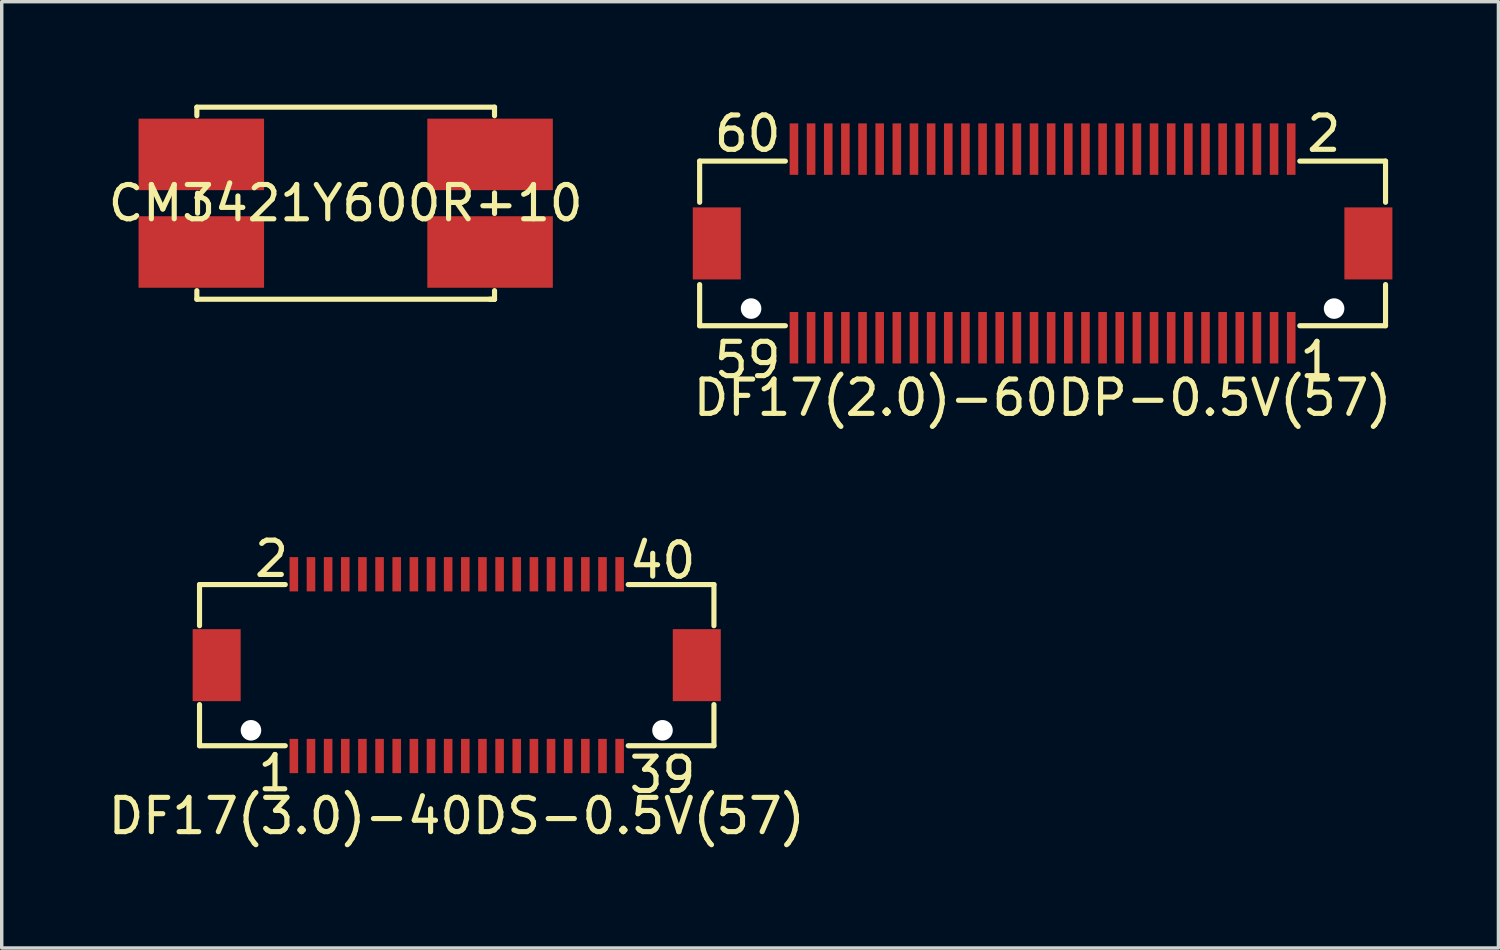
<source format=kicad_pcb>
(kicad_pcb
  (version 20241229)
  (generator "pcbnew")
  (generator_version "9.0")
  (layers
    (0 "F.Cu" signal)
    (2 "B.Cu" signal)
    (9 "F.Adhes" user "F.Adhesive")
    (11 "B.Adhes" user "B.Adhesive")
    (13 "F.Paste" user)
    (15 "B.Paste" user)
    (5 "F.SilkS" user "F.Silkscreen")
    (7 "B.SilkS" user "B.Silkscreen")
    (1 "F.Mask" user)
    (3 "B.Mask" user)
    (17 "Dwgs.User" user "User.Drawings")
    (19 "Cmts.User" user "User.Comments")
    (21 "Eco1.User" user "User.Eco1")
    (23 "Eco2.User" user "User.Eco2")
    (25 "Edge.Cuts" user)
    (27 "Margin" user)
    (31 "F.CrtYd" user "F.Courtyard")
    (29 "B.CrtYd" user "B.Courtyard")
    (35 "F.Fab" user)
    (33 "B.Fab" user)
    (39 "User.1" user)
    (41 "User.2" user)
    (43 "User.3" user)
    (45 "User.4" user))
  (footprint "DF17(2.0)-60DP-0.5V(57)"
    (layer "F.Cu")
    (at 27.351 4.048)
    (property "Reference" "DF17(2.0)-60DP-0.5V(57)" (at 0 4.5 0) (layer "F.SilkS") (effects (font (size 1 1) (thickness 0.15))))
    (attr through_hole)
    (fp_line (start -10 -2.4) (end -10 -1.2) (stroke (width 0.15) (type solid)) (layer "F.SilkS"))
    (fp_line (start -10 1.2) (end -10 2.4) (stroke (width 0.15) (type solid)) (layer "F.SilkS"))
    (fp_line (start -10 2.4) (end -7.5 2.4) (stroke (width 0.15) (type solid)) (layer "F.SilkS"))
    (fp_line (start -7.5 -2.4) (end -10 -2.4) (stroke (width 0.15) (type solid)) (layer "F.SilkS"))
    (fp_line (start 7.5 2.4) (end 10 2.4) (stroke (width 0.15) (type solid)) (layer "F.SilkS"))
    (fp_line (start 10 -2.4) (end 7.5 -2.4) (stroke (width 0.15) (type solid)) (layer "F.SilkS"))
    (fp_line (start 10 -1.2) (end 10 -2.4) (stroke (width 0.15) (type solid)) (layer "F.SilkS"))
    (fp_line (start 10 2.4) (end 10 1.2) (stroke (width 0.15) (type solid)) (layer "F.SilkS"))
    (fp_text user "1" (at 8 3.4 0) (layer "F.SilkS") (effects (font (size 1 1) (thickness 0.15))))
    (fp_text user "2" (at 8.2 -3.2 0) (layer "F.SilkS") (effects (font (size 1 1) (thickness 0.15))))
    (fp_text user "59" (at -8.6 3.4 0) (layer "F.SilkS") (effects (font (size 1 1) (thickness 0.15))))
    (fp_text user "60" (at -8.6 -3.2 0) (layer "F.SilkS") (effects (font (size 1 1) (thickness 0.15))))
    (pad "" np_thru_hole circle (at -8.5 1.9) (size 0.6 0.6) (drill 0.6) (layers "*.Cu" "*.Mask"))
    (pad "" np_thru_hole circle (at 8.5 1.9) (size 0.6 0.6) (drill 0.6) (layers "*.Cu" "*.Mask"))
    (pad "1" smd rect (at 7.25 2.75) (size 0.25 1.5) (layers "F.Cu" "F.Mask" "F.Paste"))
    (pad "2" smd rect (at 7.25 -2.75) (size 0.25 1.5) (layers "F.Cu" "F.Mask" "F.Paste"))
    (pad "3" smd rect (at 6.75 2.75) (size 0.25 1.5) (layers "F.Cu" "F.Mask" "F.Paste"))
    (pad "4" smd rect (at 6.75 -2.75) (size 0.25 1.5) (layers "F.Cu" "F.Mask" "F.Paste"))
    (pad "5" smd rect (at 6.25 2.75) (size 0.25 1.5) (layers "F.Cu" "F.Mask" "F.Paste"))
    (pad "6" smd rect (at 6.25 -2.75) (size 0.25 1.5) (layers "F.Cu" "F.Mask" "F.Paste"))
    (pad "7" smd rect (at 5.75 2.75) (size 0.25 1.5) (layers "F.Cu" "F.Mask" "F.Paste"))
    (pad "8" smd rect (at 5.75 -2.75) (size 0.25 1.5) (layers "F.Cu" "F.Mask" "F.Paste"))
    (pad "9" smd rect (at 5.25 2.75) (size 0.25 1.5) (layers "F.Cu" "F.Mask" "F.Paste"))
    (pad "10" smd rect (at 5.25 -2.75) (size 0.25 1.5) (layers "F.Cu" "F.Mask" "F.Paste"))
    (pad "11" smd rect (at 4.75 2.75) (size 0.25 1.5) (layers "F.Cu" "F.Mask" "F.Paste"))
    (pad "12" smd rect (at 4.75 -2.75) (size 0.25 1.5) (layers "F.Cu" "F.Mask" "F.Paste"))
    (pad "13" smd rect (at 4.25 2.75) (size 0.25 1.5) (layers "F.Cu" "F.Mask" "F.Paste"))
    (pad "14" smd rect (at 4.25 -2.75) (size 0.25 1.5) (layers "F.Cu" "F.Mask" "F.Paste"))
    (pad "15" smd rect (at 3.75 2.75) (size 0.25 1.5) (layers "F.Cu" "F.Mask" "F.Paste"))
    (pad "16" smd rect (at 3.75 -2.75) (size 0.25 1.5) (layers "F.Cu" "F.Mask" "F.Paste"))
    (pad "17" smd rect (at 3.25 2.75) (size 0.25 1.5) (layers "F.Cu" "F.Mask" "F.Paste"))
    (pad "18" smd rect (at 3.25 -2.75) (size 0.25 1.5) (layers "F.Cu" "F.Mask" "F.Paste"))
    (pad "19" smd rect (at 2.75 2.75) (size 0.25 1.5) (layers "F.Cu" "F.Mask" "F.Paste"))
    (pad "20" smd rect (at 2.75 -2.75) (size 0.25 1.5) (layers "F.Cu" "F.Mask" "F.Paste"))
    (pad "21" smd rect (at 2.25 2.75) (size 0.25 1.5) (layers "F.Cu" "F.Mask" "F.Paste"))
    (pad "22" smd rect (at 2.25 -2.75) (size 0.25 1.5) (layers "F.Cu" "F.Mask" "F.Paste"))
    (pad "23" smd rect (at 1.75 2.75) (size 0.25 1.5) (layers "F.Cu" "F.Mask" "F.Paste"))
    (pad "24" smd rect (at 1.75 -2.75) (size 0.25 1.5) (layers "F.Cu" "F.Mask" "F.Paste"))
    (pad "25" smd rect (at 1.25 2.75) (size 0.25 1.5) (layers "F.Cu" "F.Mask" "F.Paste"))
    (pad "26" smd rect (at 1.25 -2.75) (size 0.25 1.5) (layers "F.Cu" "F.Mask" "F.Paste"))
    (pad "27" smd rect (at 0.75 2.75) (size 0.25 1.5) (layers "F.Cu" "F.Mask" "F.Paste"))
    (pad "28" smd rect (at 0.75 -2.75) (size 0.25 1.5) (layers "F.Cu" "F.Mask" "F.Paste"))
    (pad "29" smd rect (at 0.25 2.75) (size 0.25 1.5) (layers "F.Cu" "F.Mask" "F.Paste"))
    (pad "30" smd rect (at 0.25 -2.75) (size 0.25 1.5) (layers "F.Cu" "F.Mask" "F.Paste"))
    (pad "31" smd rect (at -0.25 2.75) (size 0.25 1.5) (layers "F.Cu" "F.Mask" "F.Paste"))
    (pad "32" smd rect (at -0.25 -2.75) (size 0.25 1.5) (layers "F.Cu" "F.Mask" "F.Paste"))
    (pad "33" smd rect (at -0.75 2.75) (size 0.25 1.5) (layers "F.Cu" "F.Mask" "F.Paste"))
    (pad "34" smd rect (at -0.75 -2.75) (size 0.25 1.5) (layers "F.Cu" "F.Mask" "F.Paste"))
    (pad "35" smd rect (at -1.25 2.75) (size 0.25 1.5) (layers "F.Cu" "F.Mask" "F.Paste"))
    (pad "36" smd rect (at -1.25 -2.75) (size 0.25 1.5) (layers "F.Cu" "F.Mask" "F.Paste"))
    (pad "37" smd rect (at -1.75 2.75) (size 0.25 1.5) (layers "F.Cu" "F.Mask" "F.Paste"))
    (pad "38" smd rect (at -1.75 -2.75) (size 0.25 1.5) (layers "F.Cu" "F.Mask" "F.Paste"))
    (pad "39" smd rect (at -2.25 2.75) (size 0.25 1.5) (layers "F.Cu" "F.Mask" "F.Paste"))
    (pad "40" smd rect (at -2.25 -2.75) (size 0.25 1.5) (layers "F.Cu" "F.Mask" "F.Paste"))
    (pad "41" smd rect (at -2.75 2.75) (size 0.25 1.5) (layers "F.Cu" "F.Mask" "F.Paste"))
    (pad "42" smd rect (at -2.75 -2.75) (size 0.25 1.5) (layers "F.Cu" "F.Mask" "F.Paste"))
    (pad "43" smd rect (at -3.25 2.75) (size 0.25 1.5) (layers "F.Cu" "F.Mask" "F.Paste"))
    (pad "44" smd rect (at -3.25 -2.75) (size 0.25 1.5) (layers "F.Cu" "F.Mask" "F.Paste"))
    (pad "45" smd rect (at -3.75 2.75) (size 0.25 1.5) (layers "F.Cu" "F.Mask" "F.Paste"))
    (pad "46" smd rect (at -3.75 -2.75) (size 0.25 1.5) (layers "F.Cu" "F.Mask" "F.Paste"))
    (pad "47" smd rect (at -4.25 2.75) (size 0.25 1.5) (layers "F.Cu" "F.Mask" "F.Paste"))
    (pad "48" smd rect (at -4.25 -2.75) (size 0.25 1.5) (layers "F.Cu" "F.Mask" "F.Paste"))
    (pad "49" smd rect (at -4.75 2.75) (size 0.25 1.5) (layers "F.Cu" "F.Mask" "F.Paste"))
    (pad "50" smd rect (at -4.75 -2.75) (size 0.25 1.5) (layers "F.Cu" "F.Mask" "F.Paste"))
    (pad "51" smd rect (at -5.25 2.75) (size 0.25 1.5) (layers "F.Cu" "F.Mask" "F.Paste"))
    (pad "52" smd rect (at -5.25 -2.75) (size 0.25 1.5) (layers "F.Cu" "F.Mask" "F.Paste"))
    (pad "53" smd rect (at -5.75 2.75) (size 0.25 1.5) (layers "F.Cu" "F.Mask" "F.Paste"))
    (pad "54" smd rect (at -5.75 -2.75) (size 0.25 1.5) (layers "F.Cu" "F.Mask" "F.Paste"))
    (pad "55" smd rect (at -6.25 2.75) (size 0.25 1.5) (layers "F.Cu" "F.Mask" "F.Paste"))
    (pad "56" smd rect (at -6.25 -2.75) (size 0.25 1.5) (layers "F.Cu" "F.Mask" "F.Paste"))
    (pad "57" smd rect (at -6.75 2.75) (size 0.25 1.5) (layers "F.Cu" "F.Mask" "F.Paste"))
    (pad "58" smd rect (at -6.75 -2.75) (size 0.25 1.5) (layers "F.Cu" "F.Mask" "F.Paste"))
    (pad "59" smd rect (at -7.25 2.75) (size 0.25 1.5) (layers "F.Cu" "F.Mask" "F.Paste"))
    (pad "60" smd rect (at -7.25 -2.75) (size 0.25 1.5) (layers "F.Cu" "F.Mask" "F.Paste"))
    (pad "S" smd rect (at -9.5 0) (size 1.4 2.1) (layers "F.Cu" "F.Mask" "F.Paste"))
    (pad "S" smd rect (at 9.5 0) (size 1.4 2.1) (layers "F.Cu" "F.Mask" "F.Paste")))
  (footprint "DF17(3.0)-40DS-0.5V(57)"
    (layer "F.Cu")
    (at 10.268 16.345)
    (property "Reference" "DF17(3.0)-40DS-0.5V(57)" (at 0 4.4 0) (layer "F.SilkS") (effects (font (size 1 1) (thickness 0.15))))
    (attr through_hole)
    (fp_line (start -7.5 -2.35) (end -7.5 -1.15) (stroke (width 0.15) (type solid)) (layer "F.SilkS"))
    (fp_line (start -7.5 1.15) (end -7.5 2.35) (stroke (width 0.15) (type solid)) (layer "F.SilkS"))
    (fp_line (start -7.5 2.35) (end -5 2.35) (stroke (width 0.15) (type solid)) (layer "F.SilkS"))
    (fp_line (start -5 -2.35) (end -7.5 -2.35) (stroke (width 0.15) (type solid)) (layer "F.SilkS"))
    (fp_line (start 5 2.35) (end 7.5 2.35) (stroke (width 0.15) (type solid)) (layer "F.SilkS"))
    (fp_line (start 7.5 -2.35) (end 5 -2.35) (stroke (width 0.15) (type solid)) (layer "F.SilkS"))
    (fp_line (start 7.5 -1.15) (end 7.5 -2.35) (stroke (width 0.15) (type solid)) (layer "F.SilkS"))
    (fp_line (start 7.5 2.35) (end 7.5 1.15) (stroke (width 0.15) (type solid)) (layer "F.SilkS"))
    (fp_text user "2" (at -5.4 -3.1 0) (layer "F.SilkS") (effects (font (size 1 1) (thickness 0.15))))
    (fp_text user "40" (at 6 -3.05 0) (layer "F.SilkS") (effects (font (size 1 1) (thickness 0.15))))
    (fp_text user "39" (at 6 3.2 0) (layer "F.SilkS") (effects (font (size 1 1) (thickness 0.15))))
    (fp_text user "1" (at -5.3 3.15 0) (layer "F.SilkS") (effects (font (size 1 1) (thickness 0.15))))
    (pad "" np_thru_hole circle (at -6 1.9) (size 0.6 0.6) (drill 0.6) (layers "*.Cu" "*.Mask"))
    (pad "" np_thru_hole circle (at 6 1.9) (size 0.6 0.6) (drill 0.6) (layers "*.Cu" "*.Mask"))
    (pad "1" smd rect (at -4.75 2.65) (size 0.25 1) (layers "F.Cu" "F.Mask" "F.Paste"))
    (pad "2" smd rect (at -4.75 -2.65) (size 0.25 1) (layers "F.Cu" "F.Mask" "F.Paste"))
    (pad "3" smd rect (at -4.25 2.65) (size 0.25 1) (layers "F.Cu" "F.Mask" "F.Paste"))
    (pad "4" smd rect (at -4.25 -2.65) (size 0.25 1) (layers "F.Cu" "F.Mask" "F.Paste"))
    (pad "5" smd rect (at -3.75 2.65) (size 0.25 1) (layers "F.Cu" "F.Mask" "F.Paste"))
    (pad "6" smd rect (at -3.75 -2.65) (size 0.25 1) (layers "F.Cu" "F.Mask" "F.Paste"))
    (pad "7" smd rect (at -3.25 2.65) (size 0.25 1) (layers "F.Cu" "F.Mask" "F.Paste"))
    (pad "8" smd rect (at -3.25 -2.65) (size 0.25 1) (layers "F.Cu" "F.Mask" "F.Paste"))
    (pad "9" smd rect (at -2.75 2.65) (size 0.25 1) (layers "F.Cu" "F.Mask" "F.Paste"))
    (pad "10" smd rect (at -2.75 -2.65) (size 0.25 1) (layers "F.Cu" "F.Mask" "F.Paste"))
    (pad "11" smd rect (at -2.25 2.65) (size 0.25 1) (layers "F.Cu" "F.Mask" "F.Paste"))
    (pad "12" smd rect (at -2.25 -2.65) (size 0.25 1) (layers "F.Cu" "F.Mask" "F.Paste"))
    (pad "13" smd rect (at -1.75 2.65) (size 0.25 1) (layers "F.Cu" "F.Mask" "F.Paste"))
    (pad "14" smd rect (at -1.75 -2.65) (size 0.25 1) (layers "F.Cu" "F.Mask" "F.Paste"))
    (pad "15" smd rect (at -1.25 2.65) (size 0.25 1) (layers "F.Cu" "F.Mask" "F.Paste"))
    (pad "16" smd rect (at -1.25 -2.65) (size 0.25 1) (layers "F.Cu" "F.Mask" "F.Paste"))
    (pad "17" smd rect (at -0.75 2.65) (size 0.25 1) (layers "F.Cu" "F.Mask" "F.Paste"))
    (pad "18" smd rect (at -0.75 -2.65) (size 0.25 1) (layers "F.Cu" "F.Mask" "F.Paste"))
    (pad "19" smd rect (at -0.25 2.65) (size 0.25 1) (layers "F.Cu" "F.Mask" "F.Paste"))
    (pad "20" smd rect (at -0.25 -2.65) (size 0.25 1) (layers "F.Cu" "F.Mask" "F.Paste"))
    (pad "21" smd rect (at 0.25 2.65) (size 0.25 1) (layers "F.Cu" "F.Mask" "F.Paste"))
    (pad "22" smd rect (at 0.25 -2.65) (size 0.25 1) (layers "F.Cu" "F.Mask" "F.Paste"))
    (pad "23" smd rect (at 0.75 2.65) (size 0.25 1) (layers "F.Cu" "F.Mask" "F.Paste"))
    (pad "24" smd rect (at 0.75 -2.65) (size 0.25 1) (layers "F.Cu" "F.Mask" "F.Paste"))
    (pad "25" smd rect (at 1.25 2.65) (size 0.25 1) (layers "F.Cu" "F.Mask" "F.Paste"))
    (pad "26" smd rect (at 1.25 -2.65) (size 0.25 1) (layers "F.Cu" "F.Mask" "F.Paste"))
    (pad "27" smd rect (at 1.75 2.65) (size 0.25 1) (layers "F.Cu" "F.Mask" "F.Paste"))
    (pad "28" smd rect (at 1.75 -2.65) (size 0.25 1) (layers "F.Cu" "F.Mask" "F.Paste"))
    (pad "29" smd rect (at 2.25 2.65) (size 0.25 1) (layers "F.Cu" "F.Mask" "F.Paste"))
    (pad "30" smd rect (at 2.25 -2.65) (size 0.25 1) (layers "F.Cu" "F.Mask" "F.Paste"))
    (pad "31" smd rect (at 2.75 2.65) (size 0.25 1) (layers "F.Cu" "F.Mask" "F.Paste"))
    (pad "32" smd rect (at 2.75 -2.65) (size 0.25 1) (layers "F.Cu" "F.Mask" "F.Paste"))
    (pad "33" smd rect (at 3.25 2.65) (size 0.25 1) (layers "F.Cu" "F.Mask" "F.Paste"))
    (pad "34" smd rect (at 3.25 -2.65) (size 0.25 1) (layers "F.Cu" "F.Mask" "F.Paste"))
    (pad "35" smd rect (at 3.75 2.65) (size 0.25 1) (layers "F.Cu" "F.Mask" "F.Paste"))
    (pad "36" smd rect (at 3.75 -2.65) (size 0.25 1) (layers "F.Cu" "F.Mask" "F.Paste"))
    (pad "37" smd rect (at 4.25 2.65) (size 0.25 1) (layers "F.Cu" "F.Mask" "F.Paste"))
    (pad "38" smd rect (at 4.25 -2.65) (size 0.25 1) (layers "F.Cu" "F.Mask" "F.Paste"))
    (pad "39" smd rect (at 4.75 2.65) (size 0.25 1) (layers "F.Cu" "F.Mask" "F.Paste"))
    (pad "40" smd rect (at 4.75 -2.65) (size 0.25 1) (layers "F.Cu" "F.Mask" "F.Paste"))
    (pad "S" smd rect (at -7 0) (size 1.4 2.1) (layers "F.Cu" "F.Mask" "F.Paste"))
    (pad "S" smd rect (at 7 0) (size 1.4 2.1) (layers "F.Cu" "F.Mask" "F.Paste")))
  (footprint "CM3421Y600R-10"
    (layer "F.Cu")
    (at 7.03 2.875)
    (property "Reference" "CM3421Y600R-10" (at 0 0 0) (layer "F.SilkS") (effects (font (size 1 1) (thickness 0.15))))
    (attr through_hole)
    (fp_line (start -4.34 -2.8) (end -4.34 -2.55) (stroke (width 0.15) (type solid)) (layer "F.SilkS"))
    (fp_line (start -4.34 -2.8) (end 4.34 -2.8) (stroke (width 0.15) (type solid)) (layer "F.SilkS"))
    (fp_line (start -4.34 2.8) (end -4.34 2.55) (stroke (width 0.15) (type solid)) (layer "F.SilkS"))
    (fp_line (start -4.32 0.29) (end -4.32 -0.29) (stroke (width 0.15) (type solid)) (layer "F.SilkS"))
    (fp_line (start 4.34 -2.8) (end 4.34 -2.55) (stroke (width 0.15) (type solid)) (layer "F.SilkS"))
    (fp_line (start 4.34 -0.28) (end 4.34 -0.3) (stroke (width 0.15) (type solid)) (layer "F.SilkS"))
    (fp_line (start 4.34 -0.27) (end 4.34 0.3) (stroke (width 0.15) (type solid)) (layer "F.SilkS"))
    (fp_line (start 4.34 2.8) (end -4.34 2.8) (stroke (width 0.15) (type solid)) (layer "F.SilkS"))
    (fp_line (start 4.34 2.8) (end 4.2 2.8) (stroke (width 0.15) (type solid)) (layer "F.SilkS"))
    (fp_line (start 4.34 2.8) (end 4.34 2.55) (stroke (width 0.15) (type solid)) (layer "F.SilkS"))
    (pad "1" smd rect (at -4.21 -1.423) (size 3.66 2.085) (layers "F.Cu" "F.Mask" "F.Paste"))
    (pad "2" smd rect (at 4.21 -1.423) (size 3.66 2.085) (layers "F.Cu" "F.Mask" "F.Paste"))
    (pad "3" smd rect (at -4.21 1.423) (size 3.66 2.085) (layers "F.Cu" "F.Mask" "F.Paste"))
    (pad "4" smd rect (at 4.21 1.423) (size 3.66 2.085) (layers "F.Cu" "F.Mask" "F.Paste")))
  (gr_rect
    (start -3 -3)
    (end 40.643 24.593)
    (stroke (width 0.1) (type default))
    (fill no)
    (layer "Edge.Cuts")))
</source>
